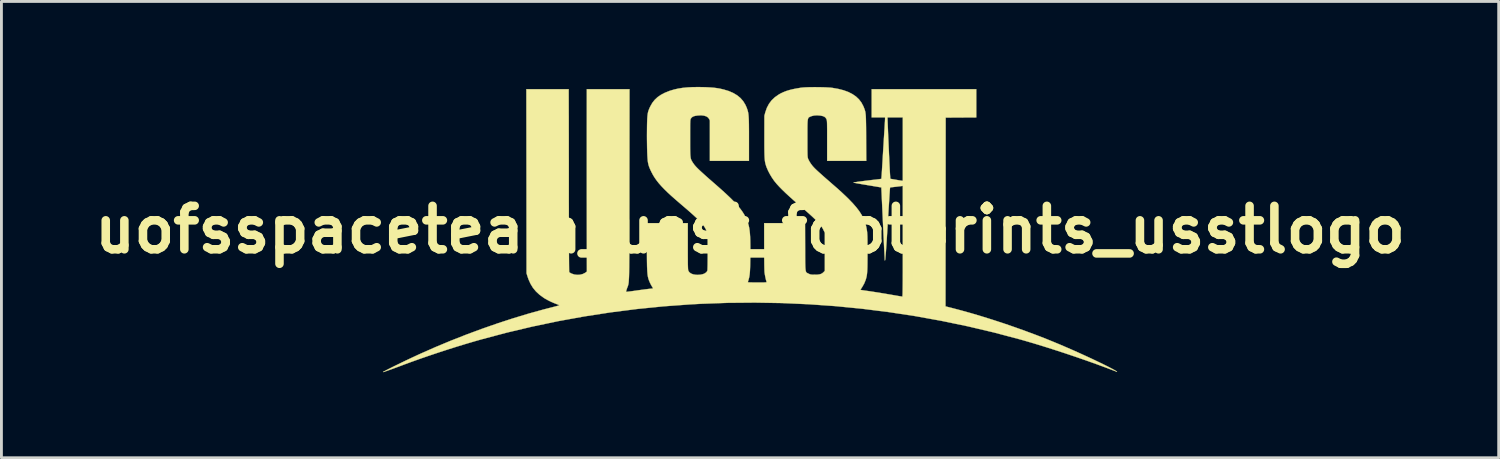
<source format=kicad_pcb>
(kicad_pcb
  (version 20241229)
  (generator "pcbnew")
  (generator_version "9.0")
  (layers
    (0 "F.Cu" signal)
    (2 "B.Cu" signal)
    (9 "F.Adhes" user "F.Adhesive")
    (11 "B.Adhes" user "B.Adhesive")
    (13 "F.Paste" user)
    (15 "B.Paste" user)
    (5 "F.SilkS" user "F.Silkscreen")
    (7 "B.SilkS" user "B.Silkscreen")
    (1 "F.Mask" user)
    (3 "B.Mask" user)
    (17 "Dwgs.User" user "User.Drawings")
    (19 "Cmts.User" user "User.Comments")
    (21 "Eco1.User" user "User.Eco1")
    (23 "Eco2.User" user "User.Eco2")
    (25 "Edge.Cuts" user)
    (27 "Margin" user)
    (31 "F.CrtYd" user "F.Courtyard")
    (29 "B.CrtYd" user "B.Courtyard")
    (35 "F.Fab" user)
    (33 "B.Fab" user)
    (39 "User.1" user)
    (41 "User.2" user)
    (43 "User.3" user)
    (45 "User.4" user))
  (footprint "uofsspaceteam_usst_footprints_usstlogo"
    (layer "F.Cu")
    (at 23.266 5.007)
    (property "Reference" "uofsspaceteam_usst_footprints_usstlogo" (at 0 0 0) (layer "F.SilkS") (effects (font (size 1.524 1.524) (thickness 0.3))))
    (attr through_hole)
    (fp_poly (pts (xy -1.68 -5) (xy -1.531 -4.996) (xy -1.402 -4.989) (xy -1.288 -4.981) (xy -1.185 -4.968) (xy -1.088 -4.953) (xy -0.991 -4.932) (xy -0.924 -4.916) (xy -0.746 -4.862) (xy -0.589 -4.794) (xy -0.452 -4.712) (xy -0.336 -4.617) (xy -0.24 -4.506) (xy -0.163 -4.38) (xy -0.118 -4.279) (xy -0.103 -4.236) (xy -0.089 -4.196) (xy -0.078 -4.156) (xy -0.068 -4.114) (xy -0.06 -4.067) (xy -0.054 -4.014) (xy -0.049 -3.952) (xy -0.045 -3.879) (xy -0.042 -3.793) (xy -0.04 -3.692) (xy -0.039 -3.573) (xy -0.038 -3.435) (xy -0.038 -3.274) (xy -0.038 -3.172) (xy -0.038 -2.413) (xy -1.41 -2.413) (xy -1.41 -3.122) (xy -1.41 -3.83) (xy -1.438 -3.887) (xy -1.478 -3.938) (xy -1.538 -3.976) (xy -1.617 -4) (xy -1.714 -4.011) (xy -1.826 -4.006) (xy -1.854 -4.003) (xy -1.934 -3.99) (xy -1.993 -3.971) (xy -2.036 -3.945) (xy -2.069 -3.908) (xy -2.076 -3.897) (xy -2.082 -3.886) (xy -2.087 -3.875) (xy -2.091 -3.859) (xy -2.094 -3.838) (xy -2.097 -3.808) (xy -2.098 -3.768) (xy -2.1 -3.716) (xy -2.101 -3.649) (xy -2.101 -3.565) (xy -2.102 -3.462) (xy -2.102 -3.338) (xy -2.102 -3.213) (xy -2.102 -3.061) (xy -2.102 -2.931) (xy -2.101 -2.823) (xy -2.099 -2.733) (xy -2.097 -2.658) (xy -2.093 -2.598) (xy -2.088 -2.549) (xy -2.082 -2.509) (xy -2.073 -2.476) (xy -2.062 -2.447) (xy -2.049 -2.42) (xy -2.033 -2.393) (xy -2.015 -2.363) (xy -1.992 -2.329) (xy -1.968 -2.295) (xy -1.941 -2.26) (xy -1.909 -2.223) (xy -1.871 -2.182) (xy -1.825 -2.136) (xy -1.77 -2.083) (xy -1.705 -2.023) (xy -1.628 -1.953) (xy -1.537 -1.871) (xy -1.432 -1.778) (xy -1.309 -1.671) (xy -1.175 -1.554) (xy -1.003 -1.402) (xy -0.851 -1.264) (xy -0.716 -1.137) (xy -0.599 -1.021) (xy -0.496 -0.913) (xy -0.407 -0.812) (xy -0.33 -0.716) (xy -0.265 -0.625) (xy -0.209 -0.536) (xy -0.161 -0.448) (xy -0.159 -0.445) (xy -0.125 -0.372) (xy -0.095 -0.299) (xy -0.069 -0.225) (xy -0.048 -0.147) (xy -0.03 -0.063) (xy -0.016 0.03) (xy -0.005 0.133) (xy 0.003 0.251) (xy 0.008 0.383) (xy 0.01 0.534) (xy 0.011 0.704) (xy 0.01 0.897) (xy 0.009 0.945) (xy 0.007 1.096) (xy 0.005 1.223) (xy 0.002 1.331) (xy -0.002 1.421) (xy -0.007 1.498) (xy -0.013 1.563) (xy -0.021 1.62) (xy -0.03 1.671) (xy -0.042 1.719) (xy -0.055 1.767) (xy -0.057 1.772) (xy -0.068 1.809) (xy -0.075 1.837) (xy -0.076 1.845) (xy -0.064 1.847) (xy -0.03 1.85) (xy 0.023 1.851) (xy 0.091 1.853) (xy 0.172 1.854) (xy 0.255 1.854) (xy 0.355 1.854) (xy 0.433 1.854) (xy 0.491 1.853) (xy 0.531 1.851) (xy 0.558 1.849) (xy 0.573 1.845) (xy 0.579 1.84) (xy 0.579 1.834) (xy 0.579 1.832) (xy 0.555 1.746) (xy 0.533 1.648) (xy 0.516 1.552) (xy 0.508 1.492) (xy 0.506 1.459) (xy 0.504 1.403) (xy 0.502 1.327) (xy 0.5 1.233) (xy 0.499 1.124) (xy 0.497 1.003) (xy 0.496 0.871) (xy 0.496 0.732) (xy 0.496 0.588) (xy 0.496 0.575) (xy 0.495 -0.229) (xy 1.93 -0.229) (xy 1.933 0.606) (xy 1.934 0.777) (xy 1.934 0.924) (xy 1.935 1.05) (xy 1.936 1.156) (xy 1.938 1.243) (xy 1.94 1.315) (xy 1.944 1.372) (xy 1.949 1.417) (xy 1.955 1.451) (xy 1.964 1.477) (xy 1.974 1.496) (xy 1.987 1.509) (xy 2.003 1.52) (xy 2.021 1.529) (xy 2.042 1.539) (xy 2.057 1.546) (xy 2.09 1.562) (xy 2.12 1.572) (xy 2.152 1.578) (xy 2.196 1.58) (xy 2.256 1.581) (xy 2.273 1.581) (xy 2.364 1.579) (xy 2.435 1.57) (xy 2.492 1.553) (xy 2.538 1.527) (xy 2.579 1.491) (xy 2.623 1.446) (xy 2.623 0.108) (xy 2.577 0.013) (xy 2.551 -0.037) (xy 2.522 -0.087) (xy 2.486 -0.138) (xy 2.444 -0.192) (xy 2.393 -0.25) (xy 2.333 -0.313) (xy 2.261 -0.384) (xy 2.176 -0.464) (xy 2.077 -0.554) (xy 1.962 -0.656) (xy 1.83 -0.77) (xy 1.714 -0.87) (xy 1.539 -1.021) (xy 1.384 -1.16) (xy 1.248 -1.285) (xy 1.129 -1.4) (xy 1.027 -1.504) (xy 0.94 -1.599) (xy 0.868 -1.686) (xy 0.842 -1.719) (xy 0.767 -1.828) (xy 0.696 -1.946) (xy 0.634 -2.064) (xy 0.585 -2.177) (xy 0.567 -2.225) (xy 0.554 -2.266) (xy 0.543 -2.305) (xy 0.533 -2.345) (xy 0.525 -2.387) (xy 0.519 -2.434) (xy 0.514 -2.489) (xy 0.51 -2.553) (xy 0.507 -2.628) (xy 0.505 -2.718) (xy 0.503 -2.824) (xy 0.502 -2.949) (xy 0.502 -3.095) (xy 0.502 -3.263) (xy 0.502 -3.264) (xy 0.503 -3.994) (xy 0.536 -4.118) (xy 0.59 -4.273) (xy 0.664 -4.413) (xy 0.757 -4.537) (xy 0.871 -4.645) (xy 1.005 -4.739) (xy 1.079 -4.781) (xy 1.173 -4.825) (xy 1.27 -4.863) (xy 1.376 -4.896) (xy 1.495 -4.926) (xy 1.631 -4.953) (xy 1.787 -4.979) (xy 1.797 -4.98) (xy 1.859 -4.987) (xy 1.942 -4.992) (xy 2.041 -4.996) (xy 2.152 -4.998) (xy 2.27 -4.999) (xy 2.392 -4.998) (xy 2.511 -4.996) (xy 2.625 -4.993) (xy 2.729 -4.988) (xy 2.818 -4.982) (xy 2.887 -4.974) (xy 2.889 -4.974) (xy 3.098 -4.937) (xy 3.284 -4.889) (xy 3.449 -4.829) (xy 3.592 -4.756) (xy 3.716 -4.671) (xy 3.82 -4.573) (xy 3.906 -4.461) (xy 3.973 -4.335) (xy 3.987 -4.302) (xy 4.003 -4.263) (xy 4.016 -4.227) (xy 4.028 -4.192) (xy 4.038 -4.157) (xy 4.046 -4.119) (xy 4.052 -4.076) (xy 4.058 -4.025) (xy 4.062 -3.966) (xy 4.065 -3.894) (xy 4.067 -3.809) (xy 4.069 -3.709) (xy 4.071 -3.59) (xy 4.072 -3.451) (xy 4.073 -3.29) (xy 4.073 -3.216) (xy 4.078 -2.413) (xy 3.392 -2.413) (xy 2.705 -2.413) (xy 2.705 -3.12) (xy 2.705 -3.272) (xy 2.705 -3.401) (xy 2.705 -3.509) (xy 2.704 -3.597) (xy 2.703 -3.669) (xy 2.702 -3.726) (xy 2.7 -3.77) (xy 2.698 -3.803) (xy 2.695 -3.828) (xy 2.692 -3.847) (xy 2.687 -3.862) (xy 2.682 -3.875) (xy 2.679 -3.882) (xy 2.649 -3.928) (xy 2.607 -3.962) (xy 2.55 -3.985) (xy 2.473 -4.001) (xy 2.469 -4.002) (xy 2.351 -4.011) (xy 2.245 -4.004) (xy 2.153 -3.981) (xy 2.128 -3.971) (xy 2.103 -3.96) (xy 2.082 -3.95) (xy 2.065 -3.939) (xy 2.051 -3.924) (xy 2.04 -3.905) (xy 2.031 -3.878) (xy 2.024 -3.841) (xy 2.019 -3.793) (xy 2.016 -3.732) (xy 2.014 -3.654) (xy 2.013 -3.56) (xy 2.013 -3.445) (xy 2.013 -3.308) (xy 2.013 -3.2) (xy 2.013 -3.055) (xy 2.013 -2.932) (xy 2.013 -2.831) (xy 2.014 -2.748) (xy 2.015 -2.681) (xy 2.016 -2.629) (xy 2.018 -2.588) (xy 2.021 -2.556) (xy 2.024 -2.532) (xy 2.028 -2.513) (xy 2.033 -2.497) (xy 2.039 -2.481) (xy 2.042 -2.475) (xy 2.064 -2.429) (xy 2.095 -2.373) (xy 2.129 -2.321) (xy 2.132 -2.316) (xy 2.153 -2.288) (xy 2.173 -2.261) (xy 2.194 -2.234) (xy 2.218 -2.207) (xy 2.246 -2.177) (xy 2.279 -2.143) (xy 2.319 -2.104) (xy 2.367 -2.059) (xy 2.424 -2.007) (xy 2.493 -1.946) (xy 2.573 -1.874) (xy 2.667 -1.791) (xy 2.777 -1.696) (xy 2.902 -1.586) (xy 3.045 -1.462) (xy 3.054 -1.455) (xy 3.128 -1.388) (xy 3.214 -1.31) (xy 3.303 -1.226) (xy 3.39 -1.144) (xy 3.466 -1.069) (xy 3.468 -1.067) (xy 3.608 -0.921) (xy 3.728 -0.783) (xy 3.829 -0.652) (xy 3.911 -0.524) (xy 3.978 -0.396) (xy 4.03 -0.266) (xy 4.07 -0.131) (xy 4.098 0.012) (xy 4.098 0.013) (xy 4.103 0.05) (xy 4.108 0.088) (xy 4.111 0.131) (xy 4.114 0.18) (xy 4.117 0.239) (xy 4.118 0.309) (xy 4.12 0.394) (xy 4.12 0.496) (xy 4.121 0.618) (xy 4.121 0.762) (xy 4.121 0.794) (xy 4.121 0.958) (xy 4.12 1.099) (xy 4.119 1.22) (xy 4.117 1.322) (xy 4.114 1.409) (xy 4.109 1.483) (xy 4.104 1.545) (xy 4.097 1.6) (xy 4.088 1.648) (xy 4.077 1.693) (xy 4.065 1.736) (xy 4.056 1.765) (xy 4.006 1.888) (xy 3.936 2.013) (xy 3.908 2.055) (xy 3.888 2.087) (xy 3.877 2.108) (xy 3.875 2.114) (xy 3.889 2.116) (xy 3.924 2.122) (xy 3.977 2.13) (xy 4.044 2.14) (xy 4.122 2.151) (xy 4.172 2.158) (xy 4.26 2.171) (xy 4.367 2.188) (xy 4.487 2.206) (xy 4.614 2.227) (xy 4.741 2.248) (xy 4.862 2.269) (xy 4.894 2.274) (xy 4.996 2.292) (xy 5.09 2.308) (xy 5.174 2.323) (xy 5.244 2.334) (xy 5.297 2.343) (xy 5.331 2.348) (xy 5.342 2.349) (xy 5.344 2.346) (xy 5.346 2.337) (xy 5.348 2.319) (xy 5.35 2.292) (xy 5.352 2.256) (xy 5.353 2.208) (xy 5.354 2.147) (xy 5.355 2.074) (xy 5.356 1.985) (xy 5.357 1.882) (xy 5.358 1.761) (xy 5.358 1.622) (xy 5.359 1.465) (xy 5.359 1.288) (xy 5.359 1.089) (xy 5.359 0.868) (xy 5.359 0.624) (xy 5.359 0.407) (xy 5.359 -1.536) (xy 5.324 -1.53) (xy 5.3 -1.527) (xy 5.255 -1.521) (xy 5.196 -1.514) (xy 5.129 -1.506) (xy 5.102 -1.503) (xy 4.915 -1.482) (xy 4.909 -1.443) (xy 4.907 -1.424) (xy 4.904 -1.381) (xy 4.9 -1.318) (xy 4.894 -1.236) (xy 4.888 -1.137) (xy 4.881 -1.024) (xy 4.873 -0.899) (xy 4.864 -0.764) (xy 4.856 -0.621) (xy 4.851 -0.546) (xy 4.836 -0.288) (xy 4.821 -0.055) (xy 4.808 0.154) (xy 4.797 0.34) (xy 4.786 0.504) (xy 4.776 0.645) (xy 4.768 0.765) (xy 4.76 0.864) (xy 4.753 0.943) (xy 4.748 1.004) (xy 4.743 1.045) (xy 4.739 1.068) (xy 4.737 1.073) (xy 4.73 1.084) (xy 4.727 1.073) (xy 4.725 1.041) (xy 4.724 1.009) (xy 4.722 0.957) (xy 4.718 0.892) (xy 4.714 0.818) (xy 4.712 0.775) (xy 4.708 0.717) (xy 4.704 0.635) (xy 4.699 0.528) (xy 4.693 0.398) (xy 4.685 0.245) (xy 4.677 0.068) (xy 4.668 -0.13) (xy 4.658 -0.35) (xy 4.647 -0.591) (xy 4.635 -0.852) (xy 4.622 -1.134) (xy 4.615 -1.296) (xy 4.606 -1.481) (xy 4.122 -1.562) (xy 4.015 -1.58) (xy 3.915 -1.597) (xy 3.825 -1.613) (xy 3.749 -1.626) (xy 3.69 -1.637) (xy 3.649 -1.645) (xy 3.63 -1.65) (xy 3.629 -1.651) (xy 3.638 -1.655) (xy 3.67 -1.661) (xy 3.722 -1.669) (xy 3.791 -1.68) (xy 3.875 -1.691) (xy 3.971 -1.704) (xy 4.077 -1.717) (xy 4.19 -1.731) (xy 4.308 -1.745) (xy 4.386 -1.753) (xy 4.457 -1.762) (xy 4.519 -1.769) (xy 4.567 -1.776) (xy 4.598 -1.781) (xy 4.606 -1.783) (xy 4.608 -1.796) (xy 4.611 -1.832) (xy 4.616 -1.889) (xy 4.621 -1.964) (xy 4.627 -2.054) (xy 4.633 -2.158) (xy 4.64 -2.272) (xy 4.648 -2.394) (xy 4.649 -2.412) (xy 4.657 -2.554) (xy 4.666 -2.703) (xy 4.675 -2.856) (xy 4.685 -3.006) (xy 4.693 -3.148) (xy 4.701 -3.278) (xy 4.708 -3.39) (xy 4.711 -3.441) (xy 4.718 -3.542) (xy 4.723 -3.637) (xy 4.728 -3.722) (xy 4.733 -3.793) (xy 4.735 -3.848) (xy 4.737 -3.883) (xy 4.737 -3.892) (xy 4.737 -3.937) (xy 4.822 -3.937) (xy 4.83 -3.712) (xy 4.834 -3.608) (xy 4.839 -3.491) (xy 4.844 -3.361) (xy 4.85 -3.222) (xy 4.857 -3.077) (xy 4.863 -2.929) (xy 4.87 -2.78) (xy 4.876 -2.634) (xy 4.883 -2.492) (xy 4.889 -2.36) (xy 4.895 -2.238) (xy 4.9 -2.13) (xy 4.905 -2.039) (xy 4.909 -1.967) (xy 4.912 -1.918) (xy 4.912 -1.918) (xy 4.921 -1.784) (xy 5.112 -1.751) (xy 5.18 -1.739) (xy 5.242 -1.729) (xy 5.291 -1.721) (xy 5.323 -1.717) (xy 5.331 -1.716) (xy 5.359 -1.714) (xy 5.359 -3.937) (xy 4.822 -3.937) (xy 4.737 -3.937) (xy 4.267 -3.937) (xy 4.267 -4.928) (xy 7.938 -4.928) (xy 7.938 -3.937) (xy 6.864 -3.931) (xy 6.858 2.691) (xy 6.906 2.704) (xy 6.94 2.713) (xy 6.991 2.726) (xy 7.047 2.74) (xy 7.061 2.743) (xy 7.402 2.833) (xy 7.76 2.933) (xy 8.132 3.044) (xy 8.513 3.163) (xy 8.899 3.289) (xy 9.285 3.422) (xy 9.668 3.559) (xy 10.044 3.699) (xy 10.407 3.84) (xy 10.46 3.862) (xy 10.671 3.948) (xy 10.89 4.039) (xy 11.115 4.136) (xy 11.342 4.235) (xy 11.568 4.336) (xy 11.789 4.437) (xy 12.003 4.536) (xy 12.206 4.633) (xy 12.395 4.724) (xy 12.567 4.81) (xy 12.703 4.881) (xy 12.77 4.917) (xy 12.821 4.947) (xy 12.857 4.969) (xy 12.875 4.983) (xy 12.874 4.987) (xy 12.852 4.98) (xy 12.844 4.977) (xy 12.509 4.85) (xy 12.157 4.72) (xy 11.792 4.59) (xy 11.419 4.461) (xy 11.042 4.334) (xy 10.667 4.212) (xy 10.298 4.095) (xy 9.94 3.986) (xy 9.598 3.886) (xy 9.466 3.849) (xy 8.556 3.608) (xy 7.641 3.392) (xy 6.721 3.201) (xy 5.797 3.034) (xy 4.868 2.893) (xy 3.935 2.776) (xy 2.999 2.684) (xy 2.06 2.618) (xy 1.118 2.576) (xy 0.174 2.56) (xy -0.771 2.568) (xy -1.718 2.602) (xy -2.102 2.623) (xy -3.033 2.691) (xy -3.962 2.784) (xy -4.888 2.902) (xy -5.81 3.044) (xy -6.727 3.21) (xy -7.638 3.401) (xy -8.541 3.615) (xy -9.437 3.853) (xy -9.668 3.919) (xy -9.97 4.008) (xy -10.285 4.104) (xy -10.608 4.206) (xy -10.933 4.312) (xy -11.255 4.42) (xy -11.568 4.528) (xy -11.868 4.635) (xy -12.149 4.738) (xy -12.179 4.75) (xy -12.315 4.801) (xy -12.441 4.847) (xy -12.554 4.889) (xy -12.653 4.924) (xy -12.736 4.954) (xy -12.802 4.976) (xy -12.848 4.991) (xy -12.873 4.998) (xy -12.878 4.997) (xy -12.867 4.988) (xy -12.835 4.97) (xy -12.784 4.942) (xy -12.717 4.907) (xy -12.635 4.866) (xy -12.542 4.819) (xy -12.438 4.768) (xy -12.327 4.714) (xy -12.21 4.657) (xy -12.09 4.599) (xy -11.968 4.541) (xy -11.848 4.485) (xy -11.73 4.43) (xy -11.618 4.378) (xy -11.567 4.355) (xy -11.037 4.121) (xy -10.497 3.896) (xy -9.95 3.681) (xy -9.401 3.478) (xy -8.853 3.287) (xy -8.309 3.11) (xy -7.774 2.948) (xy -7.251 2.803) (xy -6.982 2.734) (xy -6.9 2.713) (xy -6.828 2.694) (xy -6.767 2.678) (xy -6.723 2.664) (xy -6.698 2.656) (xy -6.693 2.653) (xy -6.704 2.646) (xy -6.734 2.632) (xy -6.776 2.616) (xy -6.791 2.61) (xy -6.889 2.572) (xy -6.995 2.525) (xy -7.1 2.472) (xy -7.195 2.419) (xy -7.239 2.391) (xy -7.387 2.283) (xy -7.512 2.167) (xy -7.617 2.04) (xy -7.703 1.899) (xy -7.774 1.741) (xy -7.815 1.619) (xy -7.842 1.53) (xy -7.845 -1.699) (xy -7.849 -4.928) (xy -7.106 -4.928) (xy -6.363 -4.928) (xy -6.361 -4.181) (xy -6.361 -4.09) (xy -6.36 -3.975) (xy -6.36 -3.838) (xy -6.36 -3.681) (xy -6.36 -3.506) (xy -6.359 -3.314) (xy -6.359 -3.108) (xy -6.359 -2.888) (xy -6.359 -2.657) (xy -6.358 -2.417) (xy -6.358 -2.169) (xy -6.358 -1.916) (xy -6.358 -1.658) (xy -6.358 -1.397) (xy -6.358 -1.137) (xy -6.358 -0.984) (xy -6.357 -0.736) (xy -6.357 -0.495) (xy -6.357 -0.262) (xy -6.356 -0.038) (xy -6.356 0.176) (xy -6.355 0.378) (xy -6.354 0.567) (xy -6.354 0.742) (xy -6.353 0.902) (xy -6.352 1.045) (xy -6.351 1.171) (xy -6.35 1.277) (xy -6.349 1.363) (xy -6.348 1.428) (xy -6.347 1.469) (xy -6.346 1.487) (xy -6.346 1.488) (xy -6.33 1.503) (xy -6.297 1.524) (xy -6.257 1.544) (xy -6.163 1.575) (xy -6.062 1.587) (xy -5.962 1.581) (xy -5.869 1.557) (xy -5.787 1.516) (xy -5.78 1.511) (xy -5.725 1.471) (xy -5.728 -0.366) (xy -5.728 -0.611) (xy -5.728 -0.868) (xy -5.729 -1.135) (xy -5.729 -1.407) (xy -5.729 -1.683) (xy -5.729 -1.958) (xy -5.729 -2.23) (xy -5.729 -2.495) (xy -5.729 -2.75) (xy -5.729 -2.991) (xy -5.729 -3.217) (xy -5.729 -3.422) (xy -5.729 -3.566) (xy -5.728 -4.928) (xy -4.229 -4.928) (xy -4.233 -1.578) (xy -4.233 -1.23) (xy -4.233 -0.906) (xy -4.234 -0.606) (xy -4.234 -0.328) (xy -4.234 -0.072) (xy -4.235 0.163) (xy -4.235 0.379) (xy -4.236 0.576) (xy -4.236 0.755) (xy -4.237 0.916) (xy -4.238 1.062) (xy -4.239 1.193) (xy -4.24 1.31) (xy -4.242 1.414) (xy -4.243 1.505) (xy -4.245 1.585) (xy -4.247 1.654) (xy -4.25 1.715) (xy -4.253 1.766) (xy -4.256 1.81) (xy -4.259 1.848) (xy -4.263 1.88) (xy -4.268 1.907) (xy -4.272 1.93) (xy -4.278 1.951) (xy -4.283 1.97) (xy -4.289 1.987) (xy -4.296 2.005) (xy -4.303 2.023) (xy -4.311 2.044) (xy -4.318 2.062) (xy -4.334 2.111) (xy -4.346 2.151) (xy -4.351 2.176) (xy -4.351 2.181) (xy -4.337 2.181) (xy -4.301 2.178) (xy -4.247 2.172) (xy -4.176 2.163) (xy -4.093 2.152) (xy -4.001 2.139) (xy -3.966 2.134) (xy -3.866 2.12) (xy -3.769 2.107) (xy -3.68 2.095) (xy -3.603 2.086) (xy -3.542 2.078) (xy -3.501 2.074) (xy -3.496 2.074) (xy -3.451 2.069) (xy -3.418 2.064) (xy -3.404 2.059) (xy -3.404 2.059) (xy -3.41 2.044) (xy -3.426 2.018) (xy -3.43 2.013) (xy -3.472 1.942) (xy -3.514 1.857) (xy -3.55 1.771) (xy -3.569 1.712) (xy -3.578 1.674) (xy -3.587 1.632) (xy -3.594 1.584) (xy -3.6 1.528) (xy -3.605 1.462) (xy -3.609 1.384) (xy -3.613 1.293) (xy -3.615 1.186) (xy -3.617 1.062) (xy -3.618 0.918) (xy -3.619 0.753) (xy -3.619 0.564) (xy -3.619 0.543) (xy -3.619 -0.229) (xy -2.184 -0.229) (xy -2.184 0.585) (xy -2.184 0.755) (xy -2.184 0.901) (xy -2.183 1.026) (xy -2.183 1.13) (xy -2.182 1.216) (xy -2.18 1.285) (xy -2.178 1.339) (xy -2.176 1.38) (xy -2.173 1.41) (xy -2.17 1.429) (xy -2.167 1.439) (xy -2.13 1.496) (xy -2.072 1.539) (xy -1.995 1.569) (xy -1.899 1.585) (xy -1.837 1.587) (xy -1.734 1.58) (xy -1.646 1.56) (xy -1.575 1.527) (xy -1.523 1.483) (xy -1.497 1.438) (xy -1.495 1.419) (xy -1.493 1.378) (xy -1.491 1.317) (xy -1.489 1.238) (xy -1.488 1.144) (xy -1.487 1.037) (xy -1.486 0.921) (xy -1.486 0.797) (xy -1.486 0.783) (xy -1.486 0.641) (xy -1.487 0.522) (xy -1.487 0.423) (xy -1.488 0.343) (xy -1.489 0.279) (xy -1.49 0.228) (xy -1.493 0.188) (xy -1.495 0.157) (xy -1.499 0.133) (xy -1.504 0.112) (xy -1.509 0.093) (xy -1.515 0.075) (xy -1.535 0.022) (xy -1.561 -0.031) (xy -1.592 -0.085) (xy -1.631 -0.141) (xy -1.678 -0.201) (xy -1.736 -0.266) (xy -1.805 -0.338) (xy -1.887 -0.418) (xy -1.983 -0.507) (xy -2.095 -0.607) (xy -2.223 -0.719) (xy -2.369 -0.844) (xy -2.444 -0.908) (xy -2.613 -1.054) (xy -2.763 -1.186) (xy -2.895 -1.308) (xy -3.01 -1.421) (xy -3.111 -1.526) (xy -3.199 -1.626) (xy -3.275 -1.722) (xy -3.341 -1.815) (xy -3.399 -1.908) (xy -3.45 -2.003) (xy -3.462 -2.026) (xy -3.497 -2.1) (xy -3.526 -2.166) (xy -3.549 -2.227) (xy -3.566 -2.287) (xy -3.58 -2.351) (xy -3.59 -2.422) (xy -3.597 -2.506) (xy -3.603 -2.605) (xy -3.608 -2.724) (xy -3.609 -2.762) (xy -3.612 -2.873) (xy -3.614 -3.002) (xy -3.616 -3.142) (xy -3.617 -3.285) (xy -3.616 -3.424) (xy -3.615 -3.551) (xy -3.615 -3.562) (xy -3.613 -3.697) (xy -3.61 -3.81) (xy -3.606 -3.904) (xy -3.6 -3.983) (xy -3.592 -4.05) (xy -3.582 -4.108) (xy -3.568 -4.16) (xy -3.55 -4.21) (xy -3.529 -4.262) (xy -3.502 -4.318) (xy -3.499 -4.324) (xy -3.43 -4.446) (xy -3.345 -4.554) (xy -3.245 -4.648) (xy -3.126 -4.73) (xy -2.987 -4.803) (xy -2.826 -4.867) (xy -2.796 -4.877) (xy -2.661 -4.917) (xy -2.519 -4.949) (xy -2.368 -4.973) (xy -2.204 -4.99) (xy -2.024 -4.999) (xy -1.825 -5.002) (xy -1.68 -5)) (stroke (width 0.01) (type solid)) (fill yes) (layer "F.SilkS")))
  (gr_rect
    (start -3 -3)
    (end 49.533 13.01)
    (stroke (width 0.1) (type default))
    (fill no)
    (layer "Edge.Cuts")))
</source>
